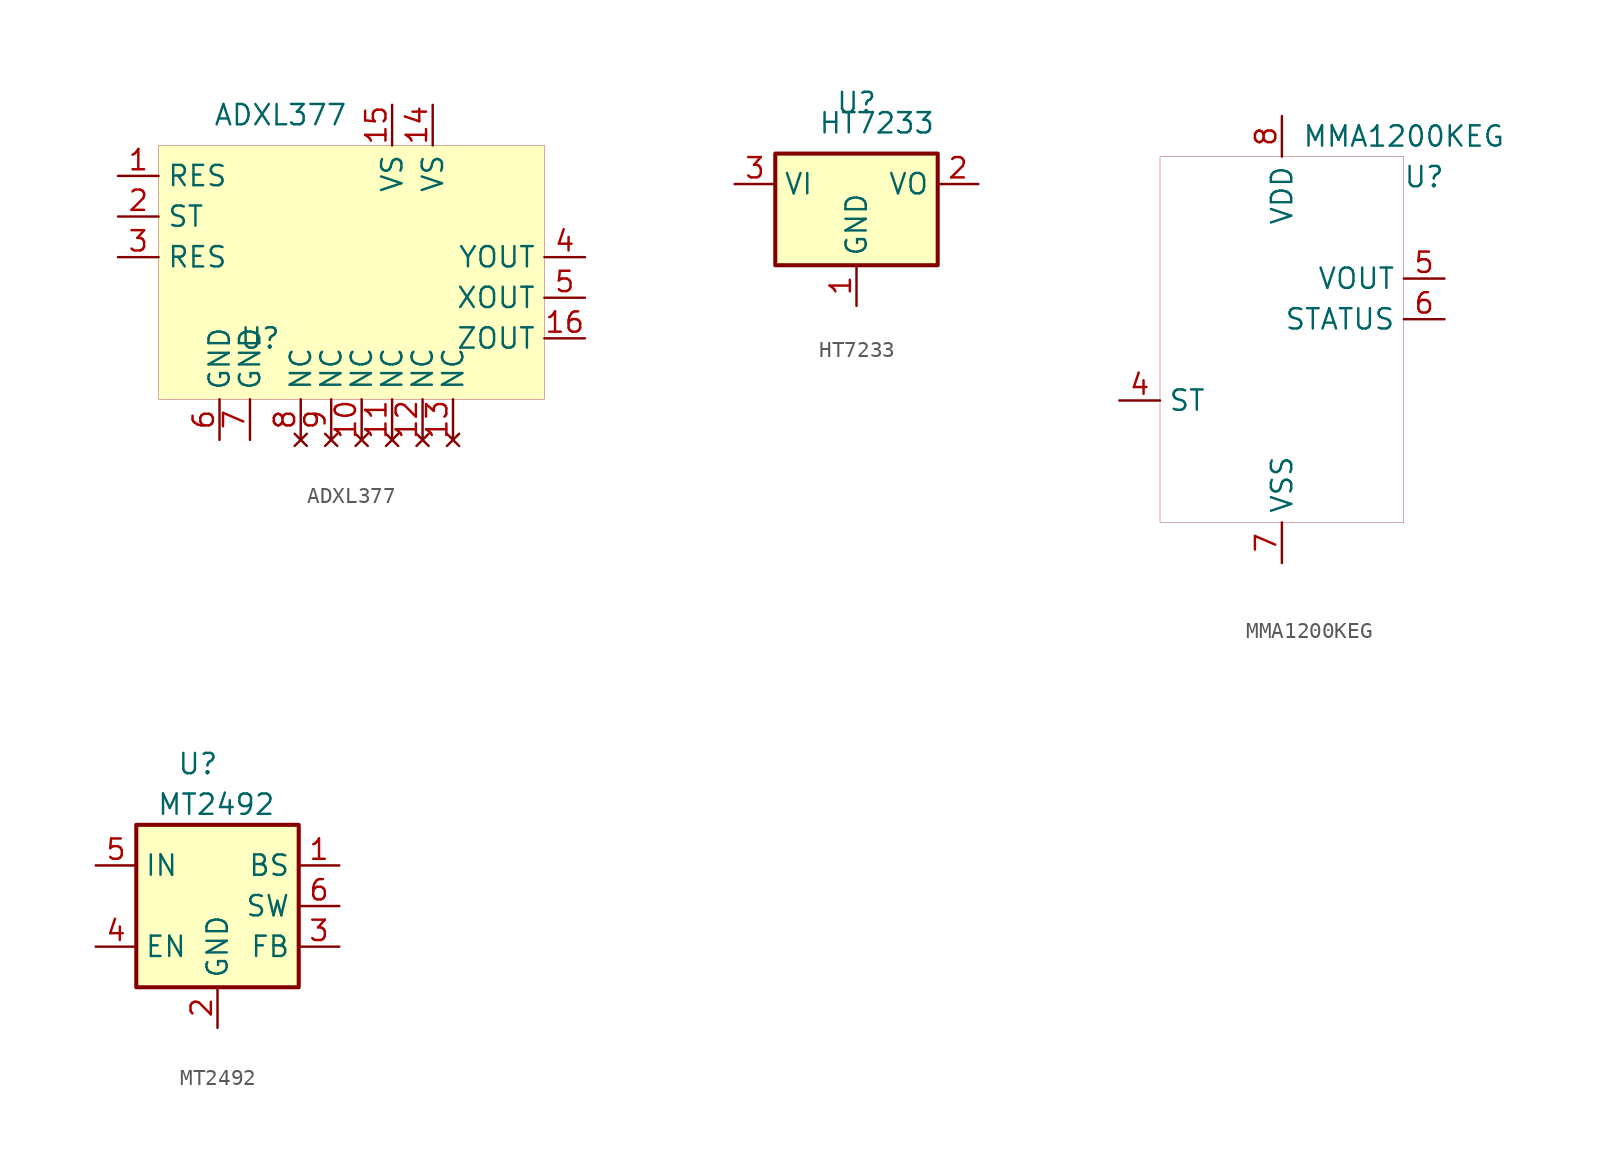
<source format=kicad_sym>
(kicad_symbol_lib
  (version 20201005)
  (generator kicad_symbol_editor)
  (symbol "melty1:ADXL377"
    (property "Reference" "U"
      (at 0 -8.89 0)
      (effects (font (size 1.27 1.27))))
    (property "Value" "ADXL377"
      (at 1.27 5.08 0)
      (effects (font (size 1.27 1.27))))
    (symbol "ADXL377_0_1"
      (rectangle (start -6.35 3.175) (end 17.78 -12.7) (stroke (width 0.001)) (fill (type background))))
    (symbol "ADXL377_1_1"
      (pin input line (at -8.89 1.27 0) (length 2.54) (name "RES" (effects (font (size 1.27 1.27)))) (number "1" (effects (font (size 1.27 1.27)))))
      (pin input line (at -8.89 -1.27 0) (length 2.54) (name "ST" (effects (font (size 1.27 1.27)))) (number "2" (effects (font (size 1.27 1.27)))))
      (pin input line (at -8.89 -3.81 0) (length 2.54) (name "RES" (effects (font (size 1.27 1.27)))) (number "3" (effects (font (size 1.27 1.27)))))
      (pin output line (at 20.32 -3.81 180) (length 2.54) (name "YOUT" (effects (font (size 1.27 1.27)))) (number "4" (effects (font (size 1.27 1.27)))))
      (pin output line (at 20.32 -6.35 180) (length 2.54) (name "XOUT" (effects (font (size 1.27 1.27)))) (number "5" (effects (font (size 1.27 1.27)))))
      (pin power_in line (at -2.54 -15.24 90) (length 2.54) (name "GND" (effects (font (size 1.27 1.27)))) (number "6" (effects (font (size 1.27 1.27)))))
      (pin power_in line (at -0.635 -15.24 90) (length 2.54) (name "GND" (effects (font (size 1.27 1.27)))) (number "7" (effects (font (size 1.27 1.27)))))
      (pin unconnected line (at 2.54 -15.24 90) (length 2.54) (name "NC" (effects (font (size 1.27 1.27)))) (number "8" (effects (font (size 1.27 1.27)))))
      (pin unconnected line (at 4.445 -15.24 90) (length 2.54) (name "NC" (effects (font (size 1.27 1.27)))) (number "9" (effects (font (size 1.27 1.27)))))
      (pin unconnected line (at 6.35 -15.24 90) (length 2.54) (name "NC" (effects (font (size 1.27 1.27)))) (number "10" (effects (font (size 1.27 1.27)))))
      (pin unconnected line (at 8.255 -15.24 90) (length 2.54) (name "NC" (effects (font (size 1.27 1.27)))) (number "11" (effects (font (size 1.27 1.27)))))
      (pin unconnected line (at 10.16 -15.24 90) (length 2.54) (name "NC" (effects (font (size 1.27 1.27)))) (number "12" (effects (font (size 1.27 1.27)))))
      (pin unconnected line (at 12.065 -15.24 90) (length 2.54) (name "NC" (effects (font (size 1.27 1.27)))) (number "13" (effects (font (size 1.27 1.27)))))
      (pin power_in line (at 10.795 5.715 270) (length 2.54) (name "VS" (effects (font (size 1.27 1.27)))) (number "14" (effects (font (size 1.27 1.27)))))
      (pin power_in line (at 8.255 5.715 270) (length 2.54) (name "VS" (effects (font (size 1.27 1.27)))) (number "15" (effects (font (size 1.27 1.27)))))
      (pin output line (at 20.32 -8.89 180) (length 2.54) (name "ZOUT" (effects (font (size 1.27 1.27)))) (number "16" (effects (font (size 1.27 1.27)))))))
  (symbol "melty1:HT7233"
    (property "Reference" "U"
      (at 0 1.27 0)
      (effects (font (size 1.27 1.27))))
    (property "Value" "HT7233"
      (at 1.27 0 0)
      (effects (font (size 1.27 1.27))))
    (symbol "HT7233_1_1"
      (rectangle (start -5.08 -8.89) (end 5.08 -1.905) (stroke (width 0.254)) (fill (type background)))
      (pin power_in line (at 0 -11.43 90) (length 2.54) (name "GND" (effects (font (size 1.27 1.27)))) (number "1" (effects (font (size 1.27 1.27)))))
      (pin power_out line (at 7.62 -3.81 180) (length 2.54) (name "VO" (effects (font (size 1.27 1.27)))) (number "2" (effects (font (size 1.27 1.27)))))
      (pin power_in line (at -7.62 -3.81 0) (length 2.54) (name "VI" (effects (font (size 1.27 1.27)))) (number "3" (effects (font (size 1.27 1.27)))))))
  (symbol "melty1:MMA1200KEG"
    (property "Reference" "U"
      (at 8.89 13.97 0)
      (effects (font (size 1.27 1.27))))
    (property "Value" "MMA1200KEG"
      (at 7.62 16.51 0)
      (effects (font (size 1.27 1.27))))
    (symbol "MMA1200KEG_0_1"
      (rectangle (start -7.62 15.24) (end 7.62 -7.62) (stroke (width 0.001)) (fill (type none))))
    (symbol "MMA1200KEG_1_1"
      (pin unconnected line (at -10.16 7.62 0) (length 2.54) hide (name "NC" (effects (font (size 1.27 1.27)))) (number "1" (effects (font (size 1.27 1.27)))))
      (pin unconnected line (at -10.16 5.08 0) (length 2.54) hide (name "NC" (effects (font (size 1.27 1.27)))) (number "2" (effects (font (size 1.27 1.27)))))
      (pin unconnected line (at -10.16 2.54 0) (length 2.54) hide (name "NC" (effects (font (size 1.27 1.27)))) (number "3" (effects (font (size 1.27 1.27)))))
      (pin input line (at -10.16 0 0) (length 2.54) (name "ST" (effects (font (size 1.27 1.27)))) (number "4" (effects (font (size 1.27 1.27)))))
      (pin output line (at 10.16 7.62 180) (length 2.54) (name "VOUT" (effects (font (size 1.27 1.27)))) (number "5" (effects (font (size 1.27 1.27)))))
      (pin output line (at 10.16 5.08 180) (length 2.54) (name "STATUS" (effects (font (size 1.27 1.27)))) (number "6" (effects (font (size 1.27 1.27)))))
      (pin power_in line (at 0 -10.16 90) (length 2.54) (name "VSS" (effects (font (size 1.27 1.27)))) (number "7" (effects (font (size 1.27 1.27)))))
      (pin power_in line (at 0 17.78 270) (length 2.54) (name "VDD" (effects (font (size 1.27 1.27)))) (number "8" (effects (font (size 1.27 1.27)))))
      (pin unconnected line (at 10.16 2.54 180) (length 2.54) hide (name "NC" (effects (font (size 1.27 1.27)))) (number "9" (effects (font (size 1.27 1.27)))))
      (pin unconnected line (at 10.16 1.27 180) (length 2.54) hide (name "NC" (effects (font (size 1.27 1.27)))) (number "10" (effects (font (size 1.27 1.27)))))
      (pin unconnected line (at 10.16 0 180) (length 2.54) hide (name "NC" (effects (font (size 1.27 1.27)))) (number "11" (effects (font (size 1.27 1.27)))))
      (pin unconnected line (at 10.16 -1.27 180) (length 2.54) hide (name "NC" (effects (font (size 1.27 1.27)))) (number "12" (effects (font (size 1.27 1.27)))))
      (pin unconnected line (at 10.16 -2.54 180) (length 2.54) hide (name "NC" (effects (font (size 1.27 1.27)))) (number "13" (effects (font (size 1.27 1.27)))))
      (pin unconnected line (at 10.16 -3.81 180) (length 2.54) hide (name "NC" (effects (font (size 1.27 1.27)))) (number "14" (effects (font (size 1.27 1.27)))))
      (pin unconnected line (at 10.16 -5.08 180) (length 2.54) hide (name "NC" (effects (font (size 1.27 1.27)))) (number "15" (effects (font (size 1.27 1.27)))))
      (pin unconnected line (at 10.16 -6.35 180) (length 2.54) hide (name "NC" (effects (font (size 1.27 1.27)))) (number "16" (effects (font (size 1.27 1.27)))))))
  (symbol "melty1:MT2492"
    (property "Reference" "U"
      (at -2.54 8.89 0)
      (effects (font (size 1.27 1.27)) (justify left)))
    (property "Value" "MT2492"
      (at -3.81 6.35 0)
      (effects (font (size 1.27 1.27)) (justify left)))
    (symbol "MT2492_0_1"
      (rectangle (start -5.08 5.08) (end 5.08 -5.08) (stroke (width 0.254)) (fill (type background))))
    (symbol "MT2492_1_1"
      (pin passive line (at 7.62 2.54 180) (length 2.54) (name "BS" (effects (font (size 1.27 1.27)))) (number "1" (effects (font (size 1.27 1.27)))))
      (pin power_in line (at 0 -7.62 90) (length 2.54) (name "GND" (effects (font (size 1.27 1.27)))) (number "2" (effects (font (size 1.27 1.27)))))
      (pin input line (at 7.62 -2.54 180) (length 2.54) (name "FB" (effects (font (size 1.27 1.27)))) (number "3" (effects (font (size 1.27 1.27)))))
      (pin input line (at -7.62 -2.54 0) (length 2.54) (name "EN" (effects (font (size 1.27 1.27)))) (number "4" (effects (font (size 1.27 1.27)))))
      (pin power_in line (at -7.62 2.54 0) (length 2.54) (name "IN" (effects (font (size 1.27 1.27)))) (number "5" (effects (font (size 1.27 1.27)))))
      (pin power_out line (at 7.62 0 180) (length 2.54) (name "SW" (effects (font (size 1.27 1.27)))) (number "6" (effects (font (size 1.27 1.27))))))))
</source>
